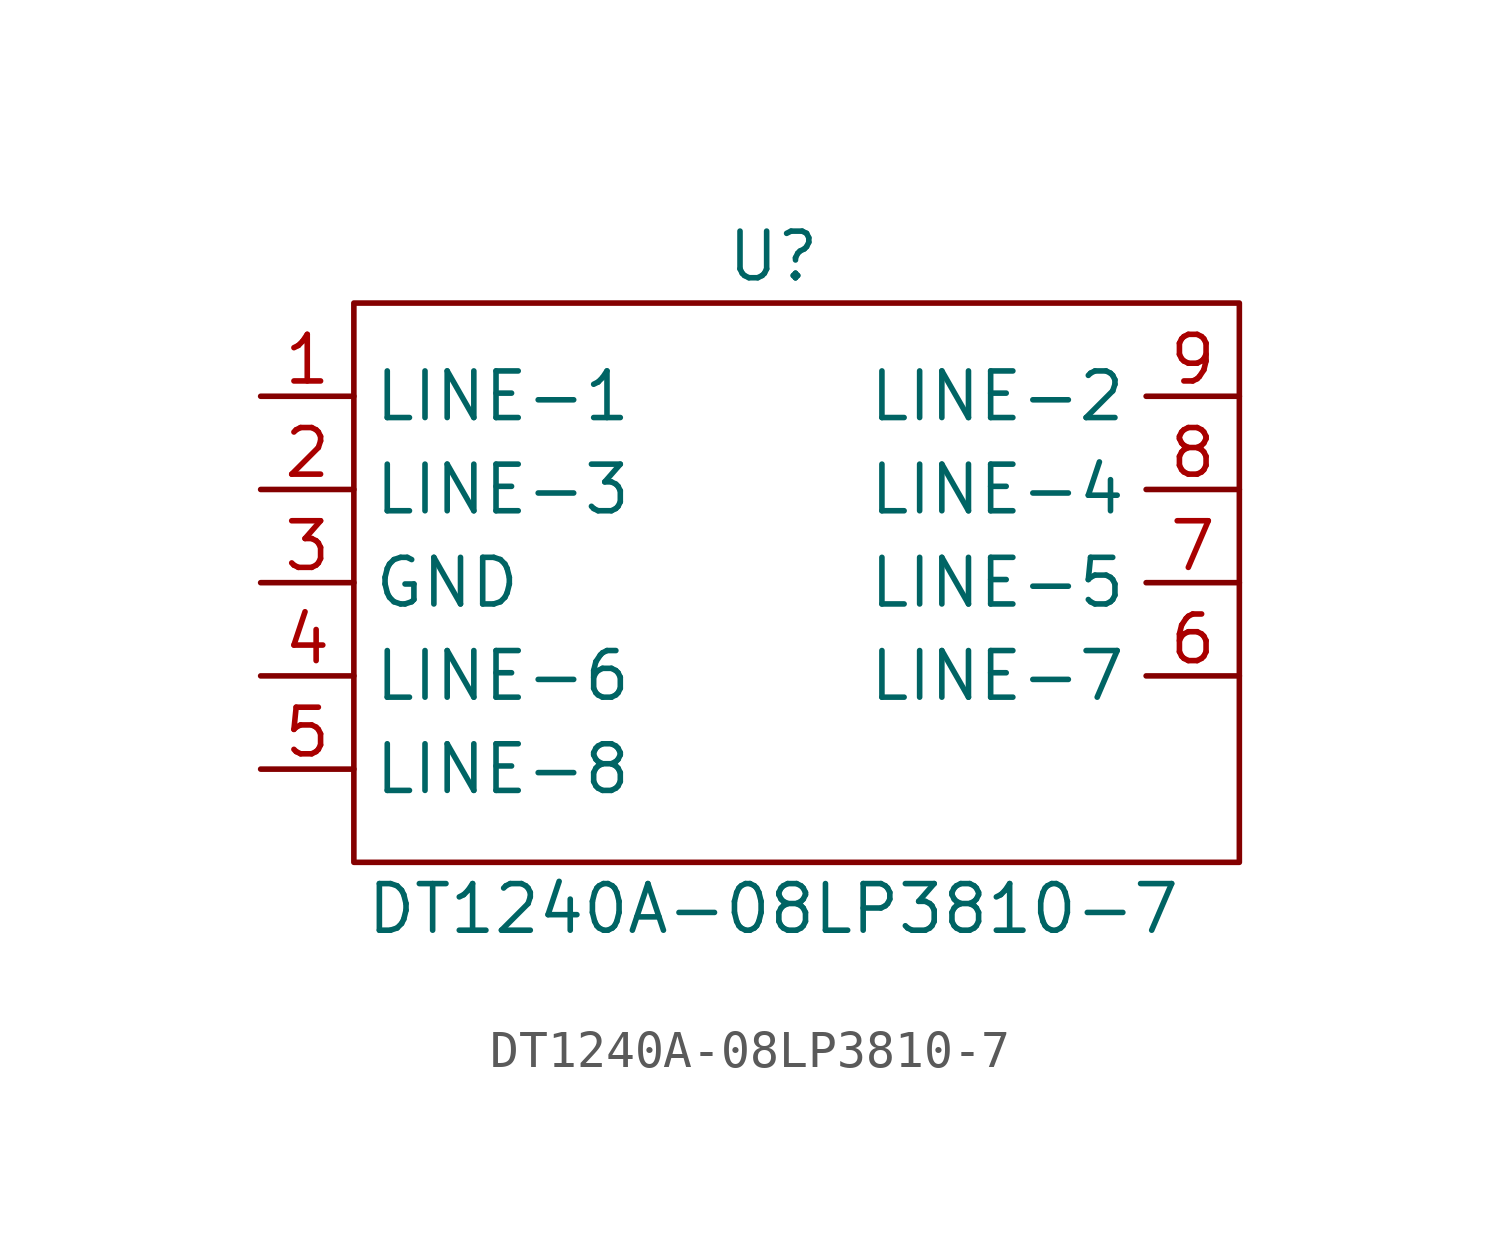
<source format=kicad_sym>
(kicad_symbol_lib
  (version 20211014)
  (generator kicad_symbol_editor)
  (symbol "DT1240A-08LP3810-7"
    (property "Reference" "U"
      (at 0 5.08 0)
      (effects (font (size 1.27 1.27))))
    (property "Value" "DT1240A-08LP3810-7"
      (at 0 -12.7 0)
      (effects (font (size 1.27 1.27))))
    (symbol "DT1240A-08LP3810-7_0_1"
      (rectangle (start -11.43 3.81) (end 12.7 -11.43) (stroke (width 0) (type default) (color 0 0 0 0)) (fill (type none))))
    (symbol "DT1240A-08LP3810-7_1_1"
      (pin bidirectional line (at -13.97 1.27 0) (length 2.54) (name "LINE-1" (effects (font (size 1.27 1.27)))) (number "1" (effects (font (size 1.27 1.27)))))
      (pin bidirectional line (at -13.97 -1.27 0) (length 2.54) (name "LINE-3" (effects (font (size 1.27 1.27)))) (number "2" (effects (font (size 1.27 1.27)))))
      (pin power_in line (at -13.97 -3.81 0) (length 2.54) (name "GND" (effects (font (size 1.27 1.27)))) (number "3" (effects (font (size 1.27 1.27)))))
      (pin bidirectional line (at -13.97 -6.35 0) (length 2.54) (name "LINE-6" (effects (font (size 1.27 1.27)))) (number "4" (effects (font (size 1.27 1.27)))))
      (pin bidirectional line (at -13.97 -8.89 0) (length 2.54) (name "LINE-8" (effects (font (size 1.27 1.27)))) (number "5" (effects (font (size 1.27 1.27)))))
      (pin bidirectional line (at 12.7 -6.35 180) (length 2.54) (name "LINE-7" (effects (font (size 1.27 1.27)))) (number "6" (effects (font (size 1.27 1.27)))))
      (pin bidirectional line (at 12.7 -3.81 180) (length 2.54) (name "LINE-5" (effects (font (size 1.27 1.27)))) (number "7" (effects (font (size 1.27 1.27)))))
      (pin bidirectional line (at 12.7 -1.27 180) (length 2.54) (name "LINE-4" (effects (font (size 1.27 1.27)))) (number "8" (effects (font (size 1.27 1.27)))))
      (pin bidirectional line (at 12.7 1.27 180) (length 2.54) (name "LINE-2" (effects (font (size 1.27 1.27)))) (number "9" (effects (font (size 1.27 1.27))))))))
</source>
